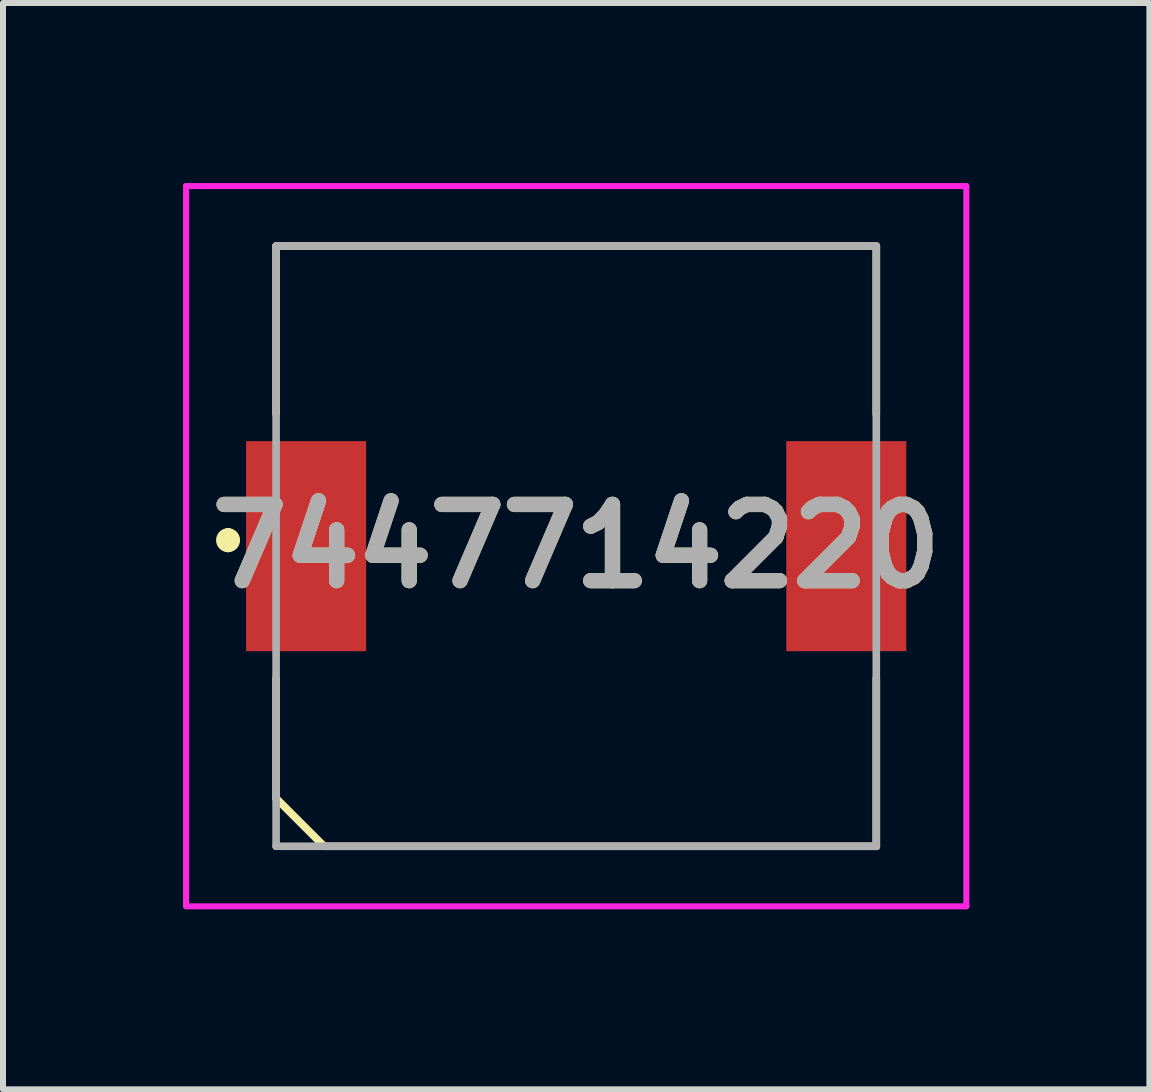
<source format=kicad_pcb>
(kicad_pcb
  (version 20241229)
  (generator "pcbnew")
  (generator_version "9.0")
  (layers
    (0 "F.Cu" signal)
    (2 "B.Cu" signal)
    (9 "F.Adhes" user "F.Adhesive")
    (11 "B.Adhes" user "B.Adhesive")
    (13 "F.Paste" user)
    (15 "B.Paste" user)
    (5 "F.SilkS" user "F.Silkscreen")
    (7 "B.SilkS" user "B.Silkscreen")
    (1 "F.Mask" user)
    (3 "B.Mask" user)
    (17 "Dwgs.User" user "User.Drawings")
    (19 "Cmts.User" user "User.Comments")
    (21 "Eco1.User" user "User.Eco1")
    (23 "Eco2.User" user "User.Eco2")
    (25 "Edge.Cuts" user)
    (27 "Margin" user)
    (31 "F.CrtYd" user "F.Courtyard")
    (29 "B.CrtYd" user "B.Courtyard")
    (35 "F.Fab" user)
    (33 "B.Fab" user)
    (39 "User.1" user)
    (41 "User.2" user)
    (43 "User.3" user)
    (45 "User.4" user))
  (footprint "7447714220"
    (layer "F.Cu")
    (at 6.55 6.05)
    (property "Reference" "7447714220" (at 0 0 0) (layer "F.SilkS") (effects (font (size 1.27 1.27) (thickness 0.254))))
    (attr smd)
    (fp_line (start -5.8 -0.2) (end -5.8 -0.2) (stroke (width 0.2) (type solid)) (layer "F.SilkS"))
    (fp_line (start -5.8 0) (end -5.8 0) (stroke (width 0.2) (type solid)) (layer "F.SilkS"))
    (fp_line (start -5 -5) (end 5 -5) (stroke (width 0.127) (type solid)) (layer "F.SilkS"))
    (fp_line (start -5 -2.2) (end -5 -5) (stroke (width 0.127) (type solid)) (layer "F.SilkS"))
    (fp_line (start -5 4.2) (end -5 2.2) (stroke (width 0.127) (type solid)) (layer "F.SilkS"))
    (fp_line (start -4.2 5) (end -5 4.2) (stroke (width 0.127) (type solid)) (layer "F.SilkS"))
    (fp_line (start 5 -5) (end 5 -2.2) (stroke (width 0.127) (type solid)) (layer "F.SilkS"))
    (fp_line (start 5 2.2) (end 5 5) (stroke (width 0.127) (type solid)) (layer "F.SilkS"))
    (fp_line (start 5 5) (end -4.2 5) (stroke (width 0.127) (type solid)) (layer "F.SilkS"))
    (fp_arc (start -5.8 -0.2) (mid -5.7 -0.1) (end -5.8 0) (stroke (width 0.2) (type solid)) (layer "F.SilkS"))
    (fp_arc (start -5.8 0) (mid -5.9 -0.1) (end -5.8 -0.2) (stroke (width 0.2) (type solid)) (layer "F.SilkS"))
    (fp_line (start -6.5 -6) (end 6.5 -6) (stroke (width 0.1) (type solid)) (layer "F.CrtYd"))
    (fp_line (start -6.5 6) (end -6.5 -6) (stroke (width 0.1) (type solid)) (layer "F.CrtYd"))
    (fp_line (start 6.5 -6) (end 6.5 6) (stroke (width 0.1) (type solid)) (layer "F.CrtYd"))
    (fp_line (start 6.5 6) (end -6.5 6) (stroke (width 0.1) (type solid)) (layer "F.CrtYd"))
    (fp_line (start -5 -5) (end -5 5) (stroke (width 0.127) (type solid)) (layer "F.Fab"))
    (fp_line (start -5 5) (end 5 5) (stroke (width 0.127) (type solid)) (layer "F.Fab"))
    (fp_line (start 5 -5) (end -5 -5) (stroke (width 0.127) (type solid)) (layer "F.Fab"))
    (fp_line (start 5 5) (end 5 -5) (stroke (width 0.127) (type solid)) (layer "F.Fab"))
    (fp_text user "${REFERENCE}" (at 0 0 0) (layer "F.Fab") (effects (font (size 1.27 1.27) (thickness 0.254))))
    (pad "1" smd rect (at -4.5 0) (size 2 3.5) (layers "F.Cu" "F.Mask" "F.Paste"))
    (pad "2" smd rect (at 4.5 0) (size 2 3.5) (layers "F.Cu" "F.Mask" "F.Paste")))
  (gr_rect
    (start -3 -3)
    (end 16.1 15.1)
    (stroke (width 0.1) (type default))
    (fill no)
    (layer "Edge.Cuts")))
</source>
